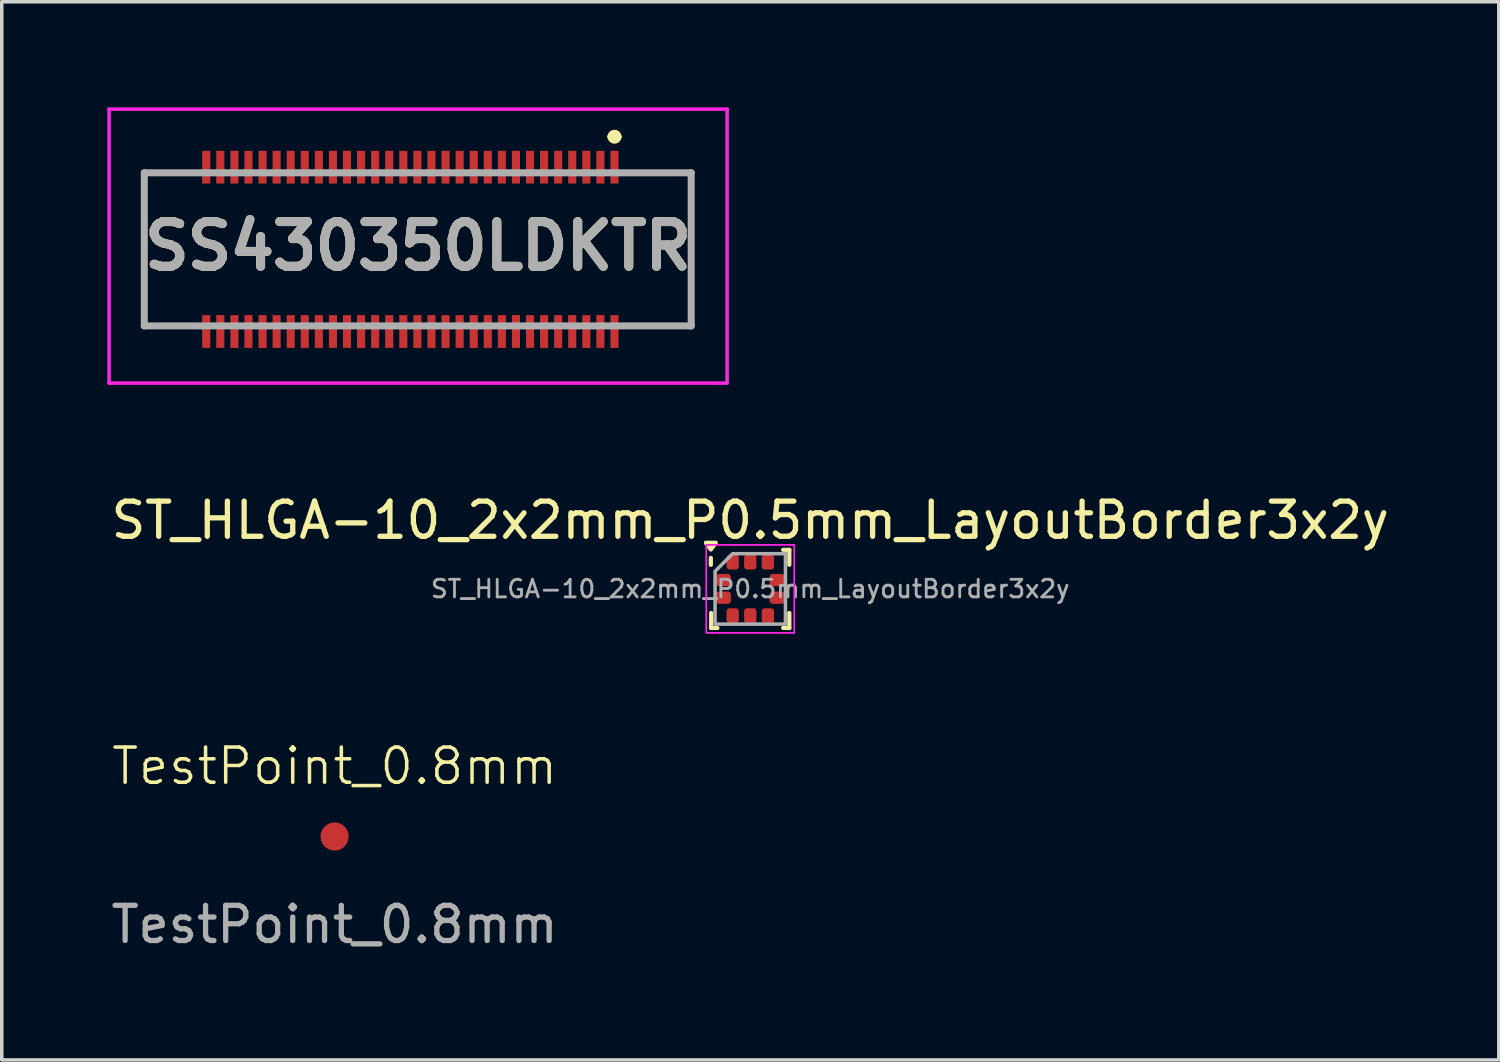
<source format=kicad_pcb>
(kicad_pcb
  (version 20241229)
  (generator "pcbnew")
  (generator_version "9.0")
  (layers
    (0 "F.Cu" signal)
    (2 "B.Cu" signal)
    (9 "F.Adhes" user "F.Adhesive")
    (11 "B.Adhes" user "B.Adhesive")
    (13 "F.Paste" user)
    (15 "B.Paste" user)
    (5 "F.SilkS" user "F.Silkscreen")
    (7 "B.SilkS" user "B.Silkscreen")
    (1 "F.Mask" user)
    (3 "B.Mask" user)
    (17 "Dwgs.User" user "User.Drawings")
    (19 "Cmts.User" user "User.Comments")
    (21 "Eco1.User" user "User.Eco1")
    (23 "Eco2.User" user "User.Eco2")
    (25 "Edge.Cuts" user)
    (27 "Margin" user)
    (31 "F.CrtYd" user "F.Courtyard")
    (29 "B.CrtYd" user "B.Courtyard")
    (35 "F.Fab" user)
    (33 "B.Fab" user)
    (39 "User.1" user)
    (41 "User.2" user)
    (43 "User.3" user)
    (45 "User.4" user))
  (footprint "SS430350LDKTR"
    (layer "F.Cu")
    (at 8.61 4.035)
    (property "Reference" "SS430350LDKTR" (at 0.22 -0.093 0) (layer "F.SilkS") (effects (font (size 1.27 1.27) (thickness 0.254))))
    (attr smd)
    (fp_line (start -7.56 -2.175) (end -7.56 2.175) (stroke (width 0.1) (type solid)) (layer "F.SilkS"))
    (fp_line (start -7.56 2.175) (end -6.2 2.175) (stroke (width 0.1) (type solid)) (layer "F.SilkS"))
    (fp_line (start -6.2 -2.175) (end -7.56 -2.175) (stroke (width 0.1) (type solid)) (layer "F.SilkS"))
    (fp_line (start 5.7 -3.2) (end 5.7 -3.2) (stroke (width 0.2) (type solid)) (layer "F.SilkS"))
    (fp_line (start 5.9 -3.2) (end 5.9 -3.2) (stroke (width 0.2) (type solid)) (layer "F.SilkS"))
    (fp_line (start 6.2 -2.175) (end 7.98 -2.175) (stroke (width 0.1) (type solid)) (layer "F.SilkS"))
    (fp_line (start 7.98 -2.175) (end 7.98 2.175) (stroke (width 0.1) (type solid)) (layer "F.SilkS"))
    (fp_line (start 7.98 2.175) (end 6.2 2.175) (stroke (width 0.1) (type solid)) (layer "F.SilkS"))
    (fp_arc (start 5.7 -3.2) (mid 5.8 -3.3) (end 5.9 -3.2) (stroke (width 0.2) (type solid)) (layer "F.SilkS"))
    (fp_arc (start 5.9 -3.2) (mid 5.8 -3.1) (end 5.7 -3.2) (stroke (width 0.2) (type solid)) (layer "F.SilkS"))
    (fp_line (start -8.56 -3.985) (end 9 -3.985) (stroke (width 0.1) (type solid)) (layer "F.CrtYd"))
    (fp_line (start -8.56 3.8) (end -8.56 -3.985) (stroke (width 0.1) (type solid)) (layer "F.CrtYd"))
    (fp_line (start 9 -3.985) (end 9 3.8) (stroke (width 0.1) (type solid)) (layer "F.CrtYd"))
    (fp_line (start 9 3.8) (end -8.56 3.8) (stroke (width 0.1) (type solid)) (layer "F.CrtYd"))
    (fp_line (start -7.56 -2.175) (end 7.98 -2.175) (stroke (width 0.2) (type solid)) (layer "F.Fab"))
    (fp_line (start -7.56 2.175) (end -7.56 -2.175) (stroke (width 0.2) (type solid)) (layer "F.Fab"))
    (fp_line (start 7.98 -2.175) (end 7.98 2.175) (stroke (width 0.2) (type solid)) (layer "F.Fab"))
    (fp_line (start 7.98 2.175) (end -7.56 2.175) (stroke (width 0.2) (type solid)) (layer "F.Fab"))
    (fp_text user "${REFERENCE}" (at 0.22 -0.093 0) (layer "F.Fab") (effects (font (size 1.27 1.27) (thickness 0.254))))
    (pad "1" smd rect (at 5.8 -2.335) (size 0.23 0.93) (layers "F.Cu" "F.Mask" "F.Paste"))
    (pad "2" smd rect (at 5.8 2.335) (size 0.23 0.93) (layers "F.Cu" "F.Mask" "F.Paste"))
    (pad "3" smd rect (at 5.4 -2.335) (size 0.23 0.93) (layers "F.Cu" "F.Mask" "F.Paste"))
    (pad "4" smd rect (at 5.4 2.335) (size 0.23 0.93) (layers "F.Cu" "F.Mask" "F.Paste"))
    (pad "5" smd rect (at 5 -2.335) (size 0.23 0.93) (layers "F.Cu" "F.Mask" "F.Paste"))
    (pad "6" smd rect (at 5 2.335) (size 0.23 0.93) (layers "F.Cu" "F.Mask" "F.Paste"))
    (pad "7" smd rect (at 4.6 -2.335) (size 0.23 0.93) (layers "F.Cu" "F.Mask" "F.Paste"))
    (pad "8" smd rect (at 4.6 2.335) (size 0.23 0.93) (layers "F.Cu" "F.Mask" "F.Paste"))
    (pad "9" smd rect (at 4.2 -2.335) (size 0.23 0.93) (layers "F.Cu" "F.Mask" "F.Paste"))
    (pad "10" smd rect (at 4.2 2.335) (size 0.23 0.93) (layers "F.Cu" "F.Mask" "F.Paste"))
    (pad "11" smd rect (at 3.8 -2.335) (size 0.23 0.93) (layers "F.Cu" "F.Mask" "F.Paste"))
    (pad "12" smd rect (at 3.8 2.335) (size 0.23 0.93) (layers "F.Cu" "F.Mask" "F.Paste"))
    (pad "13" smd rect (at 3.4 -2.335) (size 0.23 0.93) (layers "F.Cu" "F.Mask" "F.Paste"))
    (pad "14" smd rect (at 3.4 2.335) (size 0.23 0.93) (layers "F.Cu" "F.Mask" "F.Paste"))
    (pad "15" smd rect (at 3 -2.335) (size 0.23 0.93) (layers "F.Cu" "F.Mask" "F.Paste"))
    (pad "16" smd rect (at 3 2.335) (size 0.23 0.93) (layers "F.Cu" "F.Mask" "F.Paste"))
    (pad "17" smd rect (at 2.6 -2.335) (size 0.23 0.93) (layers "F.Cu" "F.Mask" "F.Paste"))
    (pad "18" smd rect (at 2.6 2.335) (size 0.23 0.93) (layers "F.Cu" "F.Mask" "F.Paste"))
    (pad "19" smd rect (at 2.2 -2.335) (size 0.23 0.93) (layers "F.Cu" "F.Mask" "F.Paste"))
    (pad "20" smd rect (at 2.2 2.335) (size 0.23 0.93) (layers "F.Cu" "F.Mask" "F.Paste"))
    (pad "21" smd rect (at 1.8 -2.335) (size 0.23 0.93) (layers "F.Cu" "F.Mask" "F.Paste"))
    (pad "22" smd rect (at 1.8 2.335) (size 0.23 0.93) (layers "F.Cu" "F.Mask" "F.Paste"))
    (pad "23" smd rect (at 1.4 -2.335) (size 0.23 0.93) (layers "F.Cu" "F.Mask" "F.Paste"))
    (pad "24" smd rect (at 1.4 2.335) (size 0.23 0.93) (layers "F.Cu" "F.Mask" "F.Paste"))
    (pad "25" smd rect (at 1 -2.335) (size 0.23 0.93) (layers "F.Cu" "F.Mask" "F.Paste"))
    (pad "26" smd rect (at 1 2.335) (size 0.23 0.93) (layers "F.Cu" "F.Mask" "F.Paste"))
    (pad "27" smd rect (at 0.6 -2.335) (size 0.23 0.93) (layers "F.Cu" "F.Mask" "F.Paste"))
    (pad "28" smd rect (at 0.6 2.335) (size 0.23 0.93) (layers "F.Cu" "F.Mask" "F.Paste"))
    (pad "29" smd rect (at 0.2 -2.335) (size 0.23 0.93) (layers "F.Cu" "F.Mask" "F.Paste"))
    (pad "30" smd rect (at 0.2 2.335) (size 0.23 0.93) (layers "F.Cu" "F.Mask" "F.Paste"))
    (pad "31" smd rect (at -0.2 -2.335) (size 0.23 0.93) (layers "F.Cu" "F.Mask" "F.Paste"))
    (pad "32" smd rect (at -0.2 2.335) (size 0.23 0.93) (layers "F.Cu" "F.Mask" "F.Paste"))
    (pad "33" smd rect (at -0.6 -2.335) (size 0.23 0.93) (layers "F.Cu" "F.Mask" "F.Paste"))
    (pad "34" smd rect (at -0.6 2.335) (size 0.23 0.93) (layers "F.Cu" "F.Mask" "F.Paste"))
    (pad "35" smd rect (at -1 -2.335) (size 0.23 0.93) (layers "F.Cu" "F.Mask" "F.Paste"))
    (pad "36" smd rect (at -1 2.335) (size 0.23 0.93) (layers "F.Cu" "F.Mask" "F.Paste"))
    (pad "37" smd rect (at -1.4 -2.335) (size 0.23 0.93) (layers "F.Cu" "F.Mask" "F.Paste"))
    (pad "38" smd rect (at -1.4 2.335) (size 0.23 0.93) (layers "F.Cu" "F.Mask" "F.Paste"))
    (pad "39" smd rect (at -1.8 -2.335) (size 0.23 0.93) (layers "F.Cu" "F.Mask" "F.Paste"))
    (pad "40" smd rect (at -1.8 2.335) (size 0.23 0.93) (layers "F.Cu" "F.Mask" "F.Paste"))
    (pad "41" smd rect (at -2.2 -2.335) (size 0.23 0.93) (layers "F.Cu" "F.Mask" "F.Paste"))
    (pad "42" smd rect (at -2.2 2.335) (size 0.23 0.93) (layers "F.Cu" "F.Mask" "F.Paste"))
    (pad "43" smd rect (at -2.6 -2.335) (size 0.23 0.93) (layers "F.Cu" "F.Mask" "F.Paste"))
    (pad "44" smd rect (at -2.6 2.335) (size 0.23 0.93) (layers "F.Cu" "F.Mask" "F.Paste"))
    (pad "45" smd rect (at -3 -2.335) (size 0.23 0.93) (layers "F.Cu" "F.Mask" "F.Paste"))
    (pad "46" smd rect (at -3 2.335) (size 0.23 0.93) (layers "F.Cu" "F.Mask" "F.Paste"))
    (pad "47" smd rect (at -3.4 -2.335) (size 0.23 0.93) (layers "F.Cu" "F.Mask" "F.Paste"))
    (pad "48" smd rect (at -3.4 2.335) (size 0.23 0.93) (layers "F.Cu" "F.Mask" "F.Paste"))
    (pad "49" smd rect (at -3.8 -2.335) (size 0.23 0.93) (layers "F.Cu" "F.Mask" "F.Paste"))
    (pad "50" smd rect (at -3.8 2.335) (size 0.23 0.93) (layers "F.Cu" "F.Mask" "F.Paste"))
    (pad "51" smd rect (at -4.2 -2.335) (size 0.23 0.93) (layers "F.Cu" "F.Mask" "F.Paste"))
    (pad "52" smd rect (at -4.2 2.335) (size 0.23 0.93) (layers "F.Cu" "F.Mask" "F.Paste"))
    (pad "53" smd rect (at -4.6 -2.335) (size 0.23 0.93) (layers "F.Cu" "F.Mask" "F.Paste"))
    (pad "54" smd rect (at -4.6 2.335) (size 0.23 0.93) (layers "F.Cu" "F.Mask" "F.Paste"))
    (pad "55" smd rect (at -5 -2.335) (size 0.23 0.93) (layers "F.Cu" "F.Mask" "F.Paste"))
    (pad "56" smd rect (at -5 2.335) (size 0.23 0.93) (layers "F.Cu" "F.Mask" "F.Paste"))
    (pad "57" smd rect (at -5.4 -2.335) (size 0.23 0.93) (layers "F.Cu" "F.Mask" "F.Paste"))
    (pad "58" smd rect (at -5.4 2.335) (size 0.23 0.93) (layers "F.Cu" "F.Mask" "F.Paste"))
    (pad "59" smd rect (at -5.8 -2.335) (size 0.23 0.93) (layers "F.Cu" "F.Mask" "F.Paste"))
    (pad "60" smd rect (at -5.8 2.335) (size 0.23 0.93) (layers "F.Cu" "F.Mask" "F.Paste")))
  (footprint "ST_HLGA-10_2x2mm_P0.5mm_LayoutBorder3x2y"
    (layer "F.Cu")
    (at 18.268 13.683)
    (property "Reference" "ST_HLGA-10_2x2mm_P0.5mm_LayoutBorder3x2y" (at 0 -1.95 0) (layer "F.SilkS") (effects (font (size 1 1) (thickness 0.15))))
    (attr smd)
    (fp_line (start -1.12 -0.685) (end -1.12 -0.88) (stroke (width 0.12) (type solid)) (layer "F.SilkS"))
    (fp_line (start -1.11 1.11) (end -1.11 0.685) (stroke (width 0.12) (type solid)) (layer "F.SilkS"))
    (fp_line (start -0.935 1.11) (end -1.11 1.11) (stroke (width 0.12) (type solid)) (layer "F.SilkS"))
    (fp_line (start 0.935 -1.11) (end 1.11 -1.11) (stroke (width 0.12) (type solid)) (layer "F.SilkS"))
    (fp_line (start 0.935 1.11) (end 1.11 1.11) (stroke (width 0.12) (type solid)) (layer "F.SilkS"))
    (fp_line (start 1.11 -1.11) (end 1.11 -0.685) (stroke (width 0.12) (type solid)) (layer "F.SilkS"))
    (fp_line (start 1.11 1.11) (end 1.11 0.685) (stroke (width 0.12) (type solid)) (layer "F.SilkS"))
    (fp_poly (pts (xy -1.12 -1.12) (xy -1.26 -1.31) (xy -0.98 -1.31)) (stroke (width 0.12) (type solid)) (fill yes) (layer "F.SilkS"))
    (fp_rect (start -1.25 -1.25) (end 1.25 1.25) (stroke (width 0.05) (type solid)) (fill no) (layer "F.CrtYd"))
    (fp_poly (pts (xy -1 -0.5) (xy -1 1) (xy 1 1) (xy 1 -1) (xy -0.5 -1)) (stroke (width 0.1) (type solid)) (fill no) (layer "F.Fab"))
    (fp_text user "${REFERENCE}" (at 0 0 0) (layer "F.Fab") (effects (font (size 0.5 0.5) (thickness 0.08))))
    (pad "1" smd roundrect (at -0.762 -0.25) (size 0.425 0.35) (layers "F.Cu" "F.Mask" "F.Paste") (roundrect_rratio 0.25))
    (pad "2" smd roundrect (at -0.762 0.25) (size 0.425 0.35) (layers "F.Cu" "F.Mask" "F.Paste") (roundrect_rratio 0.25))
    (pad "3" smd roundrect (at -0.5 0.762) (size 0.35 0.425) (layers "F.Cu" "F.Mask" "F.Paste") (roundrect_rratio 0.25))
    (pad "4" smd roundrect (at 0 0.762) (size 0.35 0.425) (layers "F.Cu" "F.Mask" "F.Paste") (roundrect_rratio 0.25))
    (pad "5" smd roundrect (at 0.5 0.762) (size 0.35 0.425) (layers "F.Cu" "F.Mask" "F.Paste") (roundrect_rratio 0.25))
    (pad "6" smd roundrect (at 0.762 0.25) (size 0.425 0.35) (layers "F.Cu" "F.Mask" "F.Paste") (roundrect_rratio 0.25))
    (pad "7" smd roundrect (at 0.762 -0.25) (size 0.425 0.35) (layers "F.Cu" "F.Mask" "F.Paste") (roundrect_rratio 0.25))
    (pad "8" smd roundrect (at 0.5 -0.762) (size 0.35 0.425) (layers "F.Cu" "F.Mask" "F.Paste") (roundrect_rratio 0.25))
    (pad "9" smd roundrect (at 0 -0.762) (size 0.35 0.425) (layers "F.Cu" "F.Mask" "F.Paste") (roundrect_rratio 0.25))
    (pad "10" smd roundrect (at -0.5 -0.762) (size 0.35 0.425) (layers "F.Cu" "F.Mask" "F.Paste") (roundrect_rratio 0.25)))
  (footprint "TestPoint_0.8mm"
    (layer "F.Cu")
    (at 6.458 20.719)
    (property "Reference" "TestPoint_0.8mm" (at 0 -2 0) (unlocked yes) (layer "F.SilkS") (effects (font (size 1 1) (thickness 0.1))))
    (attr smd)
    (fp_text user "${REFERENCE}" (at 0 2.5 0) (unlocked yes) (layer "F.Fab") (effects (font (size 1 1) (thickness 0.15))))
    (pad "1" smd circle (at 0 0) (size 0.8 0.8) (layers "F.Cu" "F.Mask" "F.Paste")))
  (gr_rect
    (start -3 -3)
    (end 39.536 27.067)
    (stroke (width 0.1) (type default))
    (fill no)
    (layer "Edge.Cuts")))
</source>
